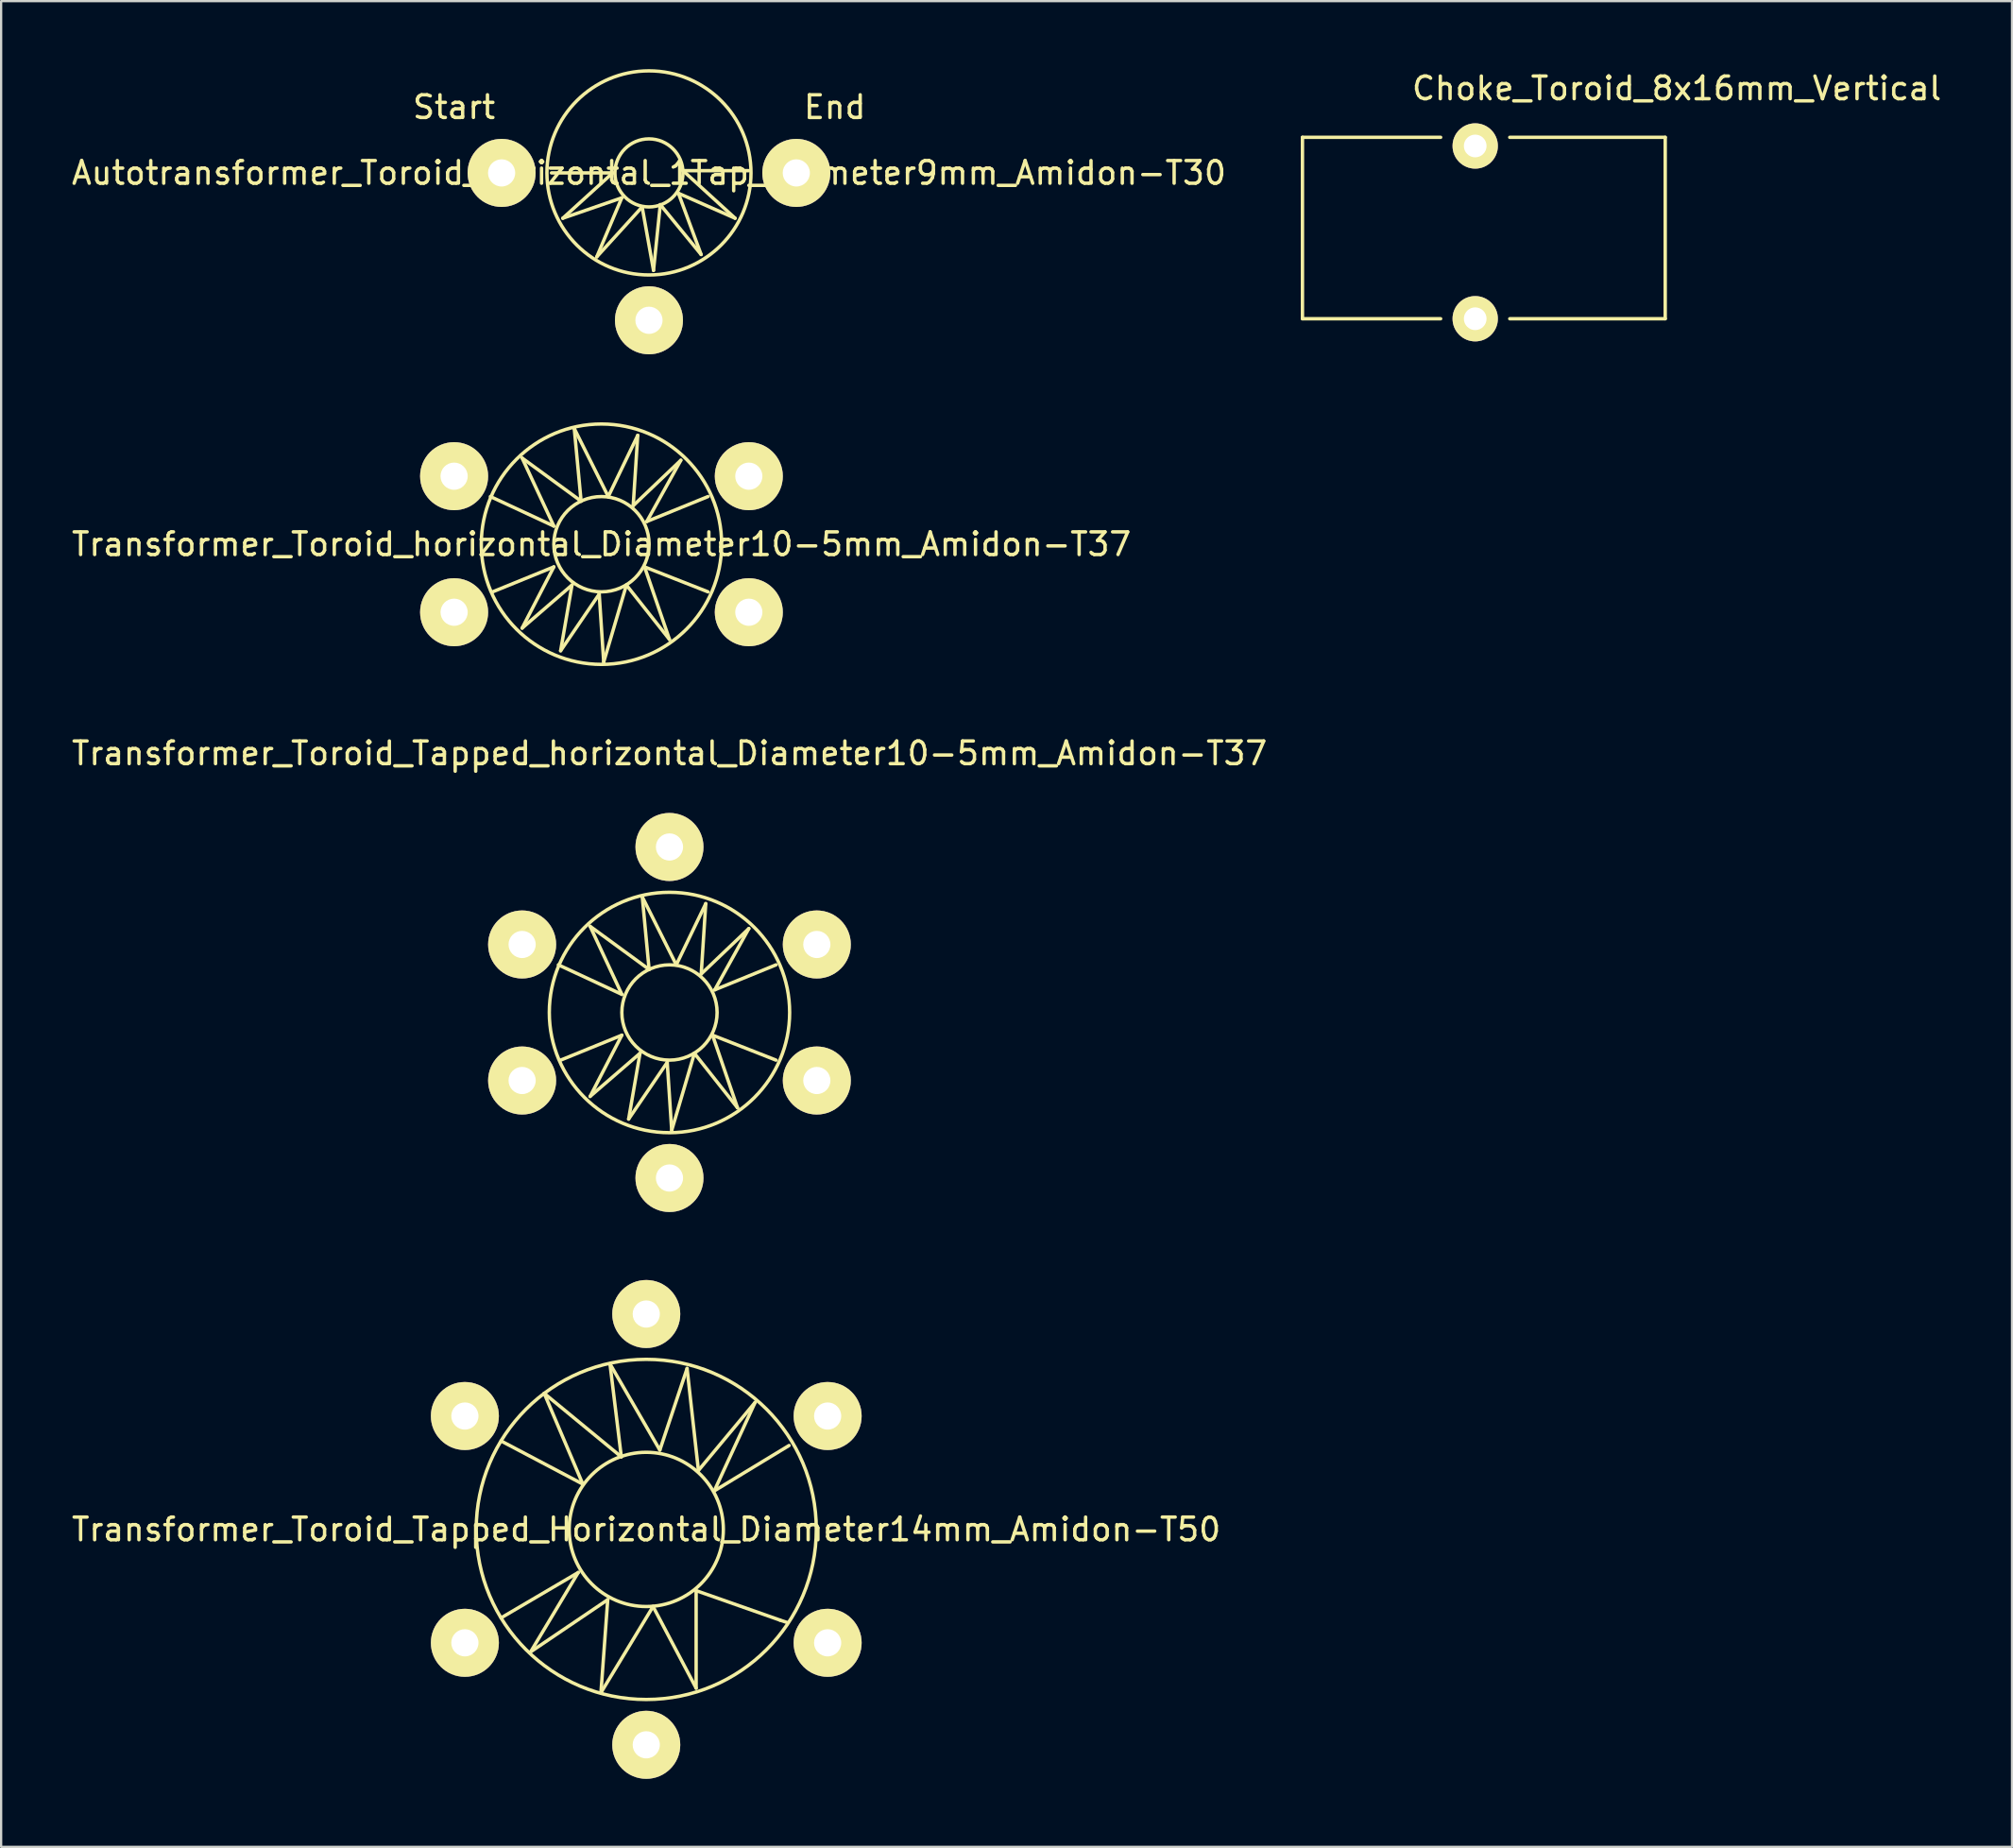
<source format=kicad_pcb>
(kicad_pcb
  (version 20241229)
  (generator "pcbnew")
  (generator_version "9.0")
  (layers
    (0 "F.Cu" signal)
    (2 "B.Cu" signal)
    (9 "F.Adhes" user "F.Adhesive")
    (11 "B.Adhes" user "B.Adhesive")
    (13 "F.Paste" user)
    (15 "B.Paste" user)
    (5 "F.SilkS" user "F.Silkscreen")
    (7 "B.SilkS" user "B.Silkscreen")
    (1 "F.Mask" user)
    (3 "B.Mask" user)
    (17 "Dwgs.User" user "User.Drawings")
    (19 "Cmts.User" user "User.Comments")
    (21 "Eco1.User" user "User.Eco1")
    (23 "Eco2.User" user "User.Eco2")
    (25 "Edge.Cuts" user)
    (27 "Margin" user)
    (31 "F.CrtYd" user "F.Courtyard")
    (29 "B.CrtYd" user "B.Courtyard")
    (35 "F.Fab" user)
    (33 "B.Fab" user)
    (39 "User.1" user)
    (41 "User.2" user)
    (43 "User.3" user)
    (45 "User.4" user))
  (footprint "Transformer_Toroid_Tapped_Horizontal_Diameter14mm_Amidon-T50"
    (layer "F.Cu")
    (at 25.458 64.405)
    (property "Reference" "Transformer_Toroid_Tapped_Horizontal_Diameter14mm_Amidon-T50" (at 0 0 0) (layer "F.SilkS") (effects (font (size 1 1) (thickness 0.15))))
    (attr through_hole)
    (fp_line (start -6.401 -3.899) (end -2.799 -1.999) (stroke (width 0.15) (type solid)) (layer "F.SilkS"))
    (fp_line (start -6.401 3.899) (end -3 1.9) (stroke (width 0.15) (type solid)) (layer "F.SilkS"))
    (fp_line (start -5.1 5.4) (end -1.699 3.099) (stroke (width 0.15) (type solid)) (layer "F.SilkS"))
    (fp_line (start -4.501 -5.999) (end -1.1 -3.2) (stroke (width 0.15) (type solid)) (layer "F.SilkS"))
    (fp_line (start -3 1.9) (end -5.1 5.4) (stroke (width 0.15) (type solid)) (layer "F.SilkS"))
    (fp_line (start -2.799 -1.999) (end -4.501 -5.999) (stroke (width 0.15) (type solid)) (layer "F.SilkS"))
    (fp_line (start -1.999 7.201) (end 0.3 3.401) (stroke (width 0.15) (type solid)) (layer "F.SilkS"))
    (fp_line (start -1.699 3.099) (end -1.999 7.201) (stroke (width 0.15) (type solid)) (layer "F.SilkS"))
    (fp_line (start -1.6 -7.3) (end 0.599 -3.5) (stroke (width 0.15) (type solid)) (layer "F.SilkS"))
    (fp_line (start -1.1 -3.2) (end -1.6 -7.3) (stroke (width 0.15) (type solid)) (layer "F.SilkS"))
    (fp_line (start 0.3 3.401) (end 2.2 7) (stroke (width 0.15) (type solid)) (layer "F.SilkS"))
    (fp_line (start 0.599 -3.5) (end 1.801 -7.099) (stroke (width 0.15) (type solid)) (layer "F.SilkS"))
    (fp_line (start 1.801 -7.099) (end 2.301 -2.601) (stroke (width 0.15) (type solid)) (layer "F.SilkS"))
    (fp_line (start 2.2 2.7) (end 5.9 4) (stroke (width 0.15) (type solid)) (layer "F.SilkS"))
    (fp_line (start 2.2 7) (end 2.2 2.7) (stroke (width 0.15) (type solid)) (layer "F.SilkS"))
    (fp_line (start 2.301 -2.601) (end 4.801 -5.601) (stroke (width 0.15) (type solid)) (layer "F.SilkS"))
    (fp_line (start 3 -1.699) (end 6.299 -3.701) (stroke (width 0.15) (type solid)) (layer "F.SilkS"))
    (fp_line (start 4.801 -5.601) (end 3 -1.699) (stroke (width 0.15) (type solid)) (layer "F.SilkS"))
    (fp_line (start 5.9 4) (end 6.2 4.1) (stroke (width 0.15) (type solid)) (layer "F.SilkS"))
    (fp_circle (center 0 0) (end 3.401 0) (stroke (width 0.15) (type solid)) (fill no) (layer "F.SilkS"))
    (fp_circle (center 0 0) (end 7.501 0) (stroke (width 0.15) (type solid)) (fill no) (layer "F.SilkS"))
    (pad "1" thru_hole circle (at -8.001 5.001) (size 3 3) (drill 1.199) (layers "*.Cu" "*.Mask" "F.SilkS"))
    (pad "2" thru_hole circle (at 0 9.5) (size 3 3) (drill 1.199) (layers "*.Cu" "*.Mask" "F.SilkS"))
    (pad "3" thru_hole circle (at 8.001 5.001) (size 3 3) (drill 1.199) (layers "*.Cu" "*.Mask" "F.SilkS"))
    (pad "4" thru_hole circle (at -8.001 -5.001) (size 3 3) (drill 1.199) (layers "*.Cu" "*.Mask" "F.SilkS"))
    (pad "5" thru_hole circle (at 0 -9.5) (size 3 3) (drill 1.199) (layers "*.Cu" "*.Mask" "F.SilkS"))
    (pad "6" thru_hole circle (at 8.001 -5.001) (size 3 3) (drill 1.199) (layers "*.Cu" "*.Mask" "F.SilkS")))
  (footprint "Choke_Toroid_8x16mm_Vertical"
    (layer "F.Cu")
    (at 54.405 11.008)
    (property "Reference" "Choke_Toroid_8x16mm_Vertical" (at 16.51 -10.16 0) (layer "F.SilkS") (effects (font (size 1 1) (thickness 0.15))))
    (attr through_hole)
    (fp_line (start 0 -8.001) (end 0 0) (stroke (width 0.15) (type solid)) (layer "F.SilkS"))
    (fp_line (start 0 0) (end 6.096 0) (stroke (width 0.15) (type solid)) (layer "F.SilkS"))
    (fp_line (start 6.096 -8.001) (end 0 -8.001) (stroke (width 0.15) (type solid)) (layer "F.SilkS"))
    (fp_line (start 16.002 -8.001) (end 9.144 -8.001) (stroke (width 0.15) (type solid)) (layer "F.SilkS"))
    (fp_line (start 16.002 0) (end 9.144 0) (stroke (width 0.15) (type solid)) (layer "F.SilkS"))
    (fp_line (start 16.002 0) (end 16.002 -8.001) (stroke (width 0.15) (type solid)) (layer "F.SilkS"))
    (pad "1" thru_hole circle (at 7.62 0) (size 1.999 1.999) (drill 1.001) (layers "*.Cu" "*.Mask" "F.SilkS"))
    (pad "2" thru_hole circle (at 7.62 -7.62) (size 1.999 1.999) (drill 1.001) (layers "*.Cu" "*.Mask" "F.SilkS")))
  (footprint "Transformer_Toroid_Tapped_horizontal_Diameter10-5mm_Amidon-T37"
    (layer "F.Cu")
    (at 26.482 41.606)
    (property "Reference" "Transformer_Toroid_Tapped_horizontal_Diameter10-5mm_Amidon-T37" (at 0 -11.43 0) (layer "F.SilkS") (effects (font (size 1 1) (thickness 0.15))))
    (attr through_hole)
    (fp_line (start -4.9 -2.101) (end -2.101 -0.8) (stroke (width 0.15) (type solid)) (layer "F.SilkS"))
    (fp_line (start -4.801 2.101) (end -2.101 1.001) (stroke (width 0.15) (type solid)) (layer "F.SilkS"))
    (fp_line (start -3.5 -3.8) (end -0.899 -1.9) (stroke (width 0.15) (type solid)) (layer "F.SilkS"))
    (fp_line (start -3.5 3.701) (end -1.3 1.801) (stroke (width 0.15) (type solid)) (layer "F.SilkS"))
    (fp_line (start -2.101 -0.8) (end -3.5 -3.8) (stroke (width 0.15) (type solid)) (layer "F.SilkS"))
    (fp_line (start -2.101 1.001) (end -3.5 3.701) (stroke (width 0.15) (type solid)) (layer "F.SilkS"))
    (fp_line (start -1.801 4.699) (end -0.099 2.2) (stroke (width 0.15) (type solid)) (layer "F.SilkS"))
    (fp_line (start -1.3 1.801) (end -1.801 4.699) (stroke (width 0.15) (type solid)) (layer "F.SilkS"))
    (fp_line (start -1.199 -5.1) (end 0.3 -2.101) (stroke (width 0.15) (type solid)) (layer "F.SilkS"))
    (fp_line (start -0.899 -1.9) (end -1.199 -5.1) (stroke (width 0.15) (type solid)) (layer "F.SilkS"))
    (fp_line (start -0.099 2.2) (end 0.099 5.199) (stroke (width 0.15) (type solid)) (layer "F.SilkS"))
    (fp_line (start 0.099 5.199) (end 1.1 1.801) (stroke (width 0.15) (type solid)) (layer "F.SilkS"))
    (fp_line (start 0.3 -2.101) (end 1.6 -4.801) (stroke (width 0.15) (type solid)) (layer "F.SilkS"))
    (fp_line (start 1.1 1.801) (end 3 4.201) (stroke (width 0.15) (type solid)) (layer "F.SilkS"))
    (fp_line (start 1.4 -1.699) (end 3.5 -3.701) (stroke (width 0.15) (type solid)) (layer "F.SilkS"))
    (fp_line (start 1.6 -4.801) (end 1.4 -1.699) (stroke (width 0.15) (type solid)) (layer "F.SilkS"))
    (fp_line (start 1.9 1.001) (end 4.699 2.101) (stroke (width 0.15) (type solid)) (layer "F.SilkS"))
    (fp_line (start 1.999 -1.001) (end 4.699 -2.101) (stroke (width 0.15) (type solid)) (layer "F.SilkS"))
    (fp_line (start 3 4.201) (end 1.9 1.001) (stroke (width 0.15) (type solid)) (layer "F.SilkS"))
    (fp_line (start 3.5 -3.701) (end 1.999 -1.001) (stroke (width 0.15) (type solid)) (layer "F.SilkS"))
    (fp_circle (center 0 0) (end 2.101 0) (stroke (width 0.15) (type solid)) (fill no) (layer "F.SilkS"))
    (fp_circle (center 0 0) (end 5.301 0) (stroke (width 0.15) (type solid)) (fill no) (layer "F.SilkS"))
    (pad "1" thru_hole circle (at -6.5 3) (size 3 3) (drill 1.199) (layers "*.Cu" "*.Mask" "F.SilkS"))
    (pad "2" thru_hole circle (at 0 7.3) (size 3 3) (drill 1.199) (layers "*.Cu" "*.Mask" "F.SilkS"))
    (pad "3" thru_hole circle (at 6.5 3) (size 3 3) (drill 1.199) (layers "*.Cu" "*.Mask" "F.SilkS"))
    (pad "4" thru_hole circle (at -6.5 -3) (size 3 3) (drill 1.199) (layers "*.Cu" "*.Mask" "F.SilkS"))
    (pad "5" thru_hole circle (at 0 -7.3) (size 3 3) (drill 1.199) (layers "*.Cu" "*.Mask" "F.SilkS"))
    (pad "6" thru_hole circle (at 6.5 -3) (size 3 3) (drill 1.199) (layers "*.Cu" "*.Mask" "F.SilkS")))
  (footprint "Autotransformer_Toroid_horizontal_1Tap_Diameter9mm_Amidon-T30"
    (layer "F.Cu")
    (at 25.577 4.576)
    (property "Reference" "Autotransformer_Toroid_horizontal_1Tap_Diameter9mm_Amidon-T30" (at 0 0 0) (layer "F.SilkS") (effects (font (size 1 1) (thickness 0.15))))
    (attr through_hole)
    (fp_line (start -4.3 0) (end -1.6 0) (stroke (width 0.15) (type solid)) (layer "F.SilkS"))
    (fp_line (start -3.8 1.999) (end -1.199 1.1) (stroke (width 0.15) (type solid)) (layer "F.SilkS"))
    (fp_line (start -2.301 3.701) (end -0.3 1.501) (stroke (width 0.15) (type solid)) (layer "F.SilkS"))
    (fp_line (start -1.6 0) (end -3.8 1.999) (stroke (width 0.15) (type solid)) (layer "F.SilkS"))
    (fp_line (start -1.199 1.1) (end -2.301 3.701) (stroke (width 0.15) (type solid)) (layer "F.SilkS"))
    (fp_line (start -0.3 1.501) (end 0.201 4.3) (stroke (width 0.15) (type solid)) (layer "F.SilkS"))
    (fp_line (start 0.201 4.3) (end 0.5 1.4) (stroke (width 0.15) (type solid)) (layer "F.SilkS"))
    (fp_line (start 0.5 1.4) (end 2.301 3.599) (stroke (width 0.15) (type solid)) (layer "F.SilkS"))
    (fp_line (start 1.3 0.899) (end 3.8 1.999) (stroke (width 0.15) (type solid)) (layer "F.SilkS"))
    (fp_line (start 1.501 -0.099) (end 4.399 -0.099) (stroke (width 0.15) (type solid)) (layer "F.SilkS"))
    (fp_line (start 2.301 3.599) (end 1.3 0.899) (stroke (width 0.15) (type solid)) (layer "F.SilkS"))
    (fp_line (start 3.8 1.999) (end 1.501 -0.099) (stroke (width 0.15) (type solid)) (layer "F.SilkS"))
    (fp_circle (center 0 0) (end 1.501 0) (stroke (width 0.15) (type solid)) (fill no) (layer "F.SilkS"))
    (fp_circle (center 0 0) (end 4.501 0) (stroke (width 0.15) (type solid)) (fill no) (layer "F.SilkS"))
    (fp_text user "End" (at 8.199 -2.901 0) (layer "F.SilkS") (effects (font (size 1 1) (thickness 0.15))))
    (fp_text user "Start" (at -8.6 -2.901 0) (layer "F.SilkS") (effects (font (size 1 1) (thickness 0.15))))
    (pad "1" thru_hole circle (at -6.5 0) (size 3 3) (drill 1.199) (layers "*.Cu" "*.Mask" "F.SilkS"))
    (pad "2" thru_hole circle (at 0 6.5) (size 3 3) (drill 1.199) (layers "*.Cu" "*.Mask" "F.SilkS"))
    (pad "3" thru_hole circle (at 6.5 0) (size 3 3) (drill 1.199) (layers "*.Cu" "*.Mask" "F.SilkS")))
  (footprint "Transformer_Toroid_horizontal_Diameter10-5mm_Amidon-T37"
    (layer "F.Cu")
    (at 23.482 20.952)
    (property "Reference" "Transformer_Toroid_horizontal_Diameter10-5mm_Amidon-T37" (at 0 0 0) (layer "F.SilkS") (effects (font (size 1 1) (thickness 0.15))))
    (attr through_hole)
    (fp_line (start -4.9 -2.101) (end -2.101 -0.8) (stroke (width 0.15) (type solid)) (layer "F.SilkS"))
    (fp_line (start -4.801 2.101) (end -2.101 1.001) (stroke (width 0.15) (type solid)) (layer "F.SilkS"))
    (fp_line (start -3.5 -3.8) (end -0.899 -1.9) (stroke (width 0.15) (type solid)) (layer "F.SilkS"))
    (fp_line (start -3.5 3.701) (end -1.3 1.801) (stroke (width 0.15) (type solid)) (layer "F.SilkS"))
    (fp_line (start -2.101 -0.8) (end -3.5 -3.8) (stroke (width 0.15) (type solid)) (layer "F.SilkS"))
    (fp_line (start -2.101 1.001) (end -3.5 3.701) (stroke (width 0.15) (type solid)) (layer "F.SilkS"))
    (fp_line (start -1.801 4.699) (end -0.099 2.2) (stroke (width 0.15) (type solid)) (layer "F.SilkS"))
    (fp_line (start -1.3 1.801) (end -1.801 4.699) (stroke (width 0.15) (type solid)) (layer "F.SilkS"))
    (fp_line (start -1.199 -5.1) (end 0.3 -2.101) (stroke (width 0.15) (type solid)) (layer "F.SilkS"))
    (fp_line (start -0.899 -1.9) (end -1.199 -5.1) (stroke (width 0.15) (type solid)) (layer "F.SilkS"))
    (fp_line (start -0.099 2.2) (end 0.099 5.199) (stroke (width 0.15) (type solid)) (layer "F.SilkS"))
    (fp_line (start 0.099 5.199) (end 1.1 1.801) (stroke (width 0.15) (type solid)) (layer "F.SilkS"))
    (fp_line (start 0.3 -2.101) (end 1.6 -4.801) (stroke (width 0.15) (type solid)) (layer "F.SilkS"))
    (fp_line (start 1.1 1.801) (end 3 4.201) (stroke (width 0.15) (type solid)) (layer "F.SilkS"))
    (fp_line (start 1.4 -1.699) (end 3.5 -3.701) (stroke (width 0.15) (type solid)) (layer "F.SilkS"))
    (fp_line (start 1.6 -4.801) (end 1.4 -1.699) (stroke (width 0.15) (type solid)) (layer "F.SilkS"))
    (fp_line (start 1.9 1.001) (end 4.699 2.101) (stroke (width 0.15) (type solid)) (layer "F.SilkS"))
    (fp_line (start 1.999 -1.001) (end 4.699 -2.101) (stroke (width 0.15) (type solid)) (layer "F.SilkS"))
    (fp_line (start 3 4.201) (end 1.9 1.001) (stroke (width 0.15) (type solid)) (layer "F.SilkS"))
    (fp_line (start 3.5 -3.701) (end 1.999 -1.001) (stroke (width 0.15) (type solid)) (layer "F.SilkS"))
    (fp_circle (center 0 0) (end 2.101 0) (stroke (width 0.15) (type solid)) (fill no) (layer "F.SilkS"))
    (fp_circle (center 0 0) (end 5.301 0) (stroke (width 0.15) (type solid)) (fill no) (layer "F.SilkS"))
    (pad "1" thru_hole circle (at -6.5 3) (size 3 3) (drill 1.199) (layers "*.Cu" "*.Mask" "F.SilkS"))
    (pad "2" thru_hole circle (at 6.5 3) (size 3 3) (drill 1.199) (layers "*.Cu" "*.Mask" "F.SilkS"))
    (pad "3" thru_hole circle (at -6.5 -3) (size 3 3) (drill 1.199) (layers "*.Cu" "*.Mask" "F.SilkS"))
    (pad "4" thru_hole circle (at 6.5 -3) (size 3 3) (drill 1.199) (layers "*.Cu" "*.Mask" "F.SilkS")))
  (gr_rect
    (start -3 -3)
    (end 85.706 78.405)
    (stroke (width 0.1) (type default))
    (fill no)
    (layer "Edge.Cuts")))
</source>
